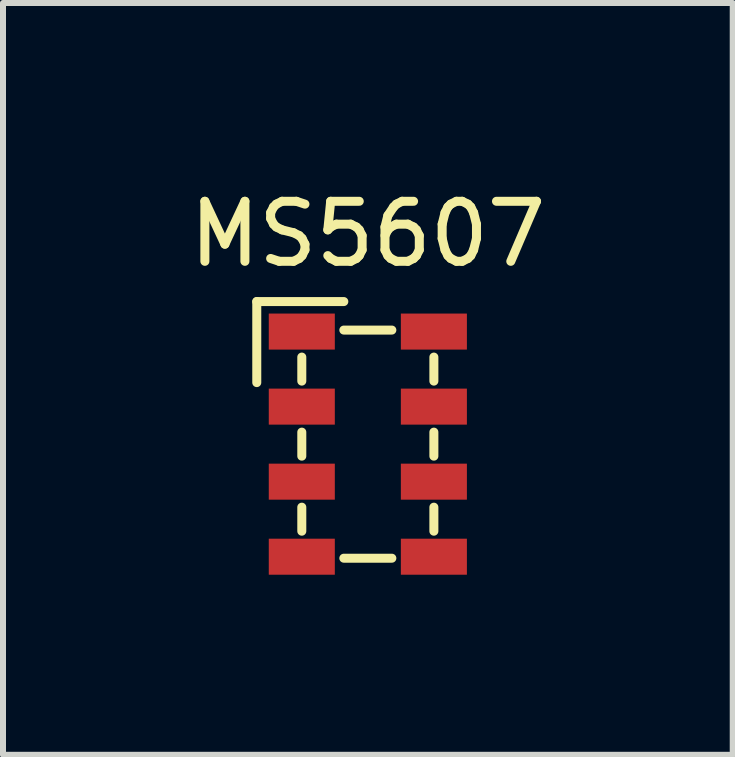
<source format=kicad_pcb>
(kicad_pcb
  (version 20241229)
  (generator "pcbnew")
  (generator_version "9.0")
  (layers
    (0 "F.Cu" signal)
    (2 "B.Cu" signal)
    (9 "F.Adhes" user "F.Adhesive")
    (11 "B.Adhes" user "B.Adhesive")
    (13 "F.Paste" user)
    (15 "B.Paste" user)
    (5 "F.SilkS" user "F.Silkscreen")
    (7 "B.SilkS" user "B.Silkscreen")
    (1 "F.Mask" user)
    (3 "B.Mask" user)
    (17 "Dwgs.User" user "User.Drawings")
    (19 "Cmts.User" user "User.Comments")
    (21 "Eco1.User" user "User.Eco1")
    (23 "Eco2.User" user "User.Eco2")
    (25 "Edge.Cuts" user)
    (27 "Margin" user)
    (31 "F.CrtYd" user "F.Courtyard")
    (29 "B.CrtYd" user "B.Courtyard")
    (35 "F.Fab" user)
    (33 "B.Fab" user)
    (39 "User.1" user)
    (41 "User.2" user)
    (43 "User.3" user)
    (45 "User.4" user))
  (footprint "MS5607"
    (layer "F.Cu")
    (at 3.077 4.473)
    (property "Reference" "MS5607" (at 0 -3.625 0) (layer "F.SilkS") (effects (font (size 1 1) (thickness 0.15))))
    (attr through_hole)
    (fp_line (start -1.85 -2.5) (end -0.4 -2.5) (stroke (width 0.15) (type solid)) (layer "F.SilkS"))
    (fp_line (start -1.85 -1.15) (end -1.85 -2.5) (stroke (width 0.15) (type solid)) (layer "F.SilkS"))
    (fp_line (start -1.1 -1.175) (end -1.1 -1.575) (stroke (width 0.15) (type solid)) (layer "F.SilkS"))
    (fp_line (start -1.1 0.075) (end -1.1 -0.325) (stroke (width 0.15) (type solid)) (layer "F.SilkS"))
    (fp_line (start -1.1 1.325) (end -1.1 0.925) (stroke (width 0.15) (type solid)) (layer "F.SilkS"))
    (fp_line (start -0.4 -2.025) (end 0.4 -2.025) (stroke (width 0.15) (type solid)) (layer "F.SilkS"))
    (fp_line (start -0.4 1.775) (end 0.4 1.775) (stroke (width 0.15) (type solid)) (layer "F.SilkS"))
    (fp_line (start 1.1 -1.175) (end 1.1 -1.575) (stroke (width 0.15) (type solid)) (layer "F.SilkS"))
    (fp_line (start 1.1 0.075) (end 1.1 -0.325) (stroke (width 0.15) (type solid)) (layer "F.SilkS"))
    (fp_line (start 1.1 1.325) (end 1.1 0.925) (stroke (width 0.15) (type solid)) (layer "F.SilkS"))
    (pad "1" smd rect (at -1.1 -2) (size 1.1 0.6) (layers "F.Cu" "F.Mask" "F.Paste"))
    (pad "2" smd rect (at -1.1 -0.75) (size 1.1 0.6) (layers "F.Cu" "F.Mask" "F.Paste"))
    (pad "3" smd rect (at -1.1 0.5) (size 1.1 0.6) (layers "F.Cu" "F.Mask" "F.Paste"))
    (pad "4" smd rect (at -1.1 1.75) (size 1.1 0.6) (layers "F.Cu" "F.Mask" "F.Paste"))
    (pad "5" smd rect (at 1.1 1.75) (size 1.1 0.6) (layers "F.Cu" "F.Mask" "F.Paste"))
    (pad "6" smd rect (at 1.1 0.5) (size 1.1 0.6) (layers "F.Cu" "F.Mask" "F.Paste"))
    (pad "7" smd rect (at 1.1 -0.75) (size 1.1 0.6) (layers "F.Cu" "F.Mask" "F.Paste"))
    (pad "8" smd rect (at 1.1 -2) (size 1.1 0.6) (layers "F.Cu" "F.Mask" "F.Paste")))
  (gr_rect
    (start -3 -3)
    (end 9.155 9.523)
    (stroke (width 0.1) (type default))
    (fill no)
    (layer "Edge.Cuts")))
</source>
